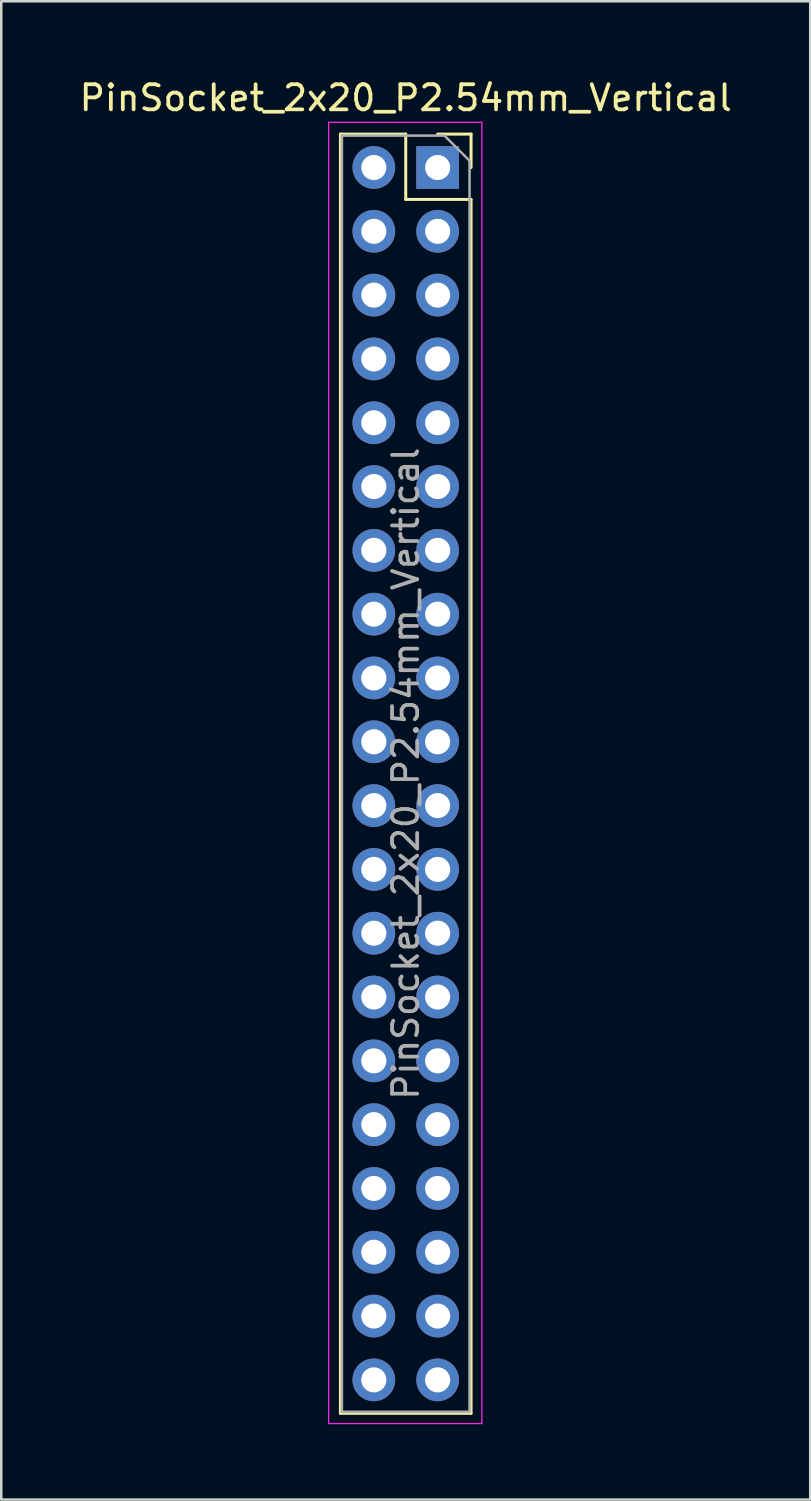
<source format=kicad_pcb>
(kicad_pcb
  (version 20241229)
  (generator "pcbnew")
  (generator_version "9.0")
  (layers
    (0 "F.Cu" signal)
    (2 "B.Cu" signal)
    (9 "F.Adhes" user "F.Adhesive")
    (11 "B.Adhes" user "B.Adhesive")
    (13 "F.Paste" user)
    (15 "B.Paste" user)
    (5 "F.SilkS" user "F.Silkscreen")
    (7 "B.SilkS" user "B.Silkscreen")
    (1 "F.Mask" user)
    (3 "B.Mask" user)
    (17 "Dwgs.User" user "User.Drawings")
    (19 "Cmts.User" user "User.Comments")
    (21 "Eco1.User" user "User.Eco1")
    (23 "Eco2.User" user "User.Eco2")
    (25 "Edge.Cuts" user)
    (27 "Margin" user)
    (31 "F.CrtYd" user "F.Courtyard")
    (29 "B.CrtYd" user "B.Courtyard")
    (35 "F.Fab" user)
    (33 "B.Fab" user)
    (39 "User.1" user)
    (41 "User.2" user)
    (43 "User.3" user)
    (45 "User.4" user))
  (footprint "PinSocket_2x20_P2.54mm_Vertical"
    (layer "F.Cu")
    (at 13.101 27.748)
    (property "Reference" "PinSocket_2x20_P2.54mm_Vertical" (at 0 -26.9 0) (layer "F.SilkS") (effects (font (size 1 1) (thickness 0.15))))
    (attr through_hole)
    (fp_line (start -2.6 -25.46) (end -2.6 25.46) (stroke (width 0.12) (type solid)) (layer "F.SilkS"))
    (fp_line (start -2.6 -25.46) (end 0 -25.46) (stroke (width 0.12) (type solid)) (layer "F.SilkS"))
    (fp_line (start -2.6 25.46) (end 2.6 25.46) (stroke (width 0.12) (type solid)) (layer "F.SilkS"))
    (fp_line (start 0 -25.46) (end 0 -22.86) (stroke (width 0.12) (type solid)) (layer "F.SilkS"))
    (fp_line (start 0 -22.86) (end 2.6 -22.86) (stroke (width 0.12) (type solid)) (layer "F.SilkS"))
    (fp_line (start 1.27 -25.46) (end 2.6 -25.46) (stroke (width 0.12) (type solid)) (layer "F.SilkS"))
    (fp_line (start 2.6 -25.46) (end 2.6 -24.13) (stroke (width 0.12) (type solid)) (layer "F.SilkS"))
    (fp_line (start 2.6 -22.86) (end 2.6 25.46) (stroke (width 0.12) (type solid)) (layer "F.SilkS"))
    (fp_line (start -3.07 -25.93) (end 3.03 -25.93) (stroke (width 0.05) (type solid)) (layer "F.CrtYd"))
    (fp_line (start -3.07 25.87) (end -3.07 -25.93) (stroke (width 0.05) (type solid)) (layer "F.CrtYd"))
    (fp_line (start 3.03 -25.93) (end 3.03 25.87) (stroke (width 0.05) (type solid)) (layer "F.CrtYd"))
    (fp_line (start 3.03 25.87) (end -3.07 25.87) (stroke (width 0.05) (type solid)) (layer "F.CrtYd"))
    (fp_line (start -2.54 -25.4) (end 1.54 -25.4) (stroke (width 0.1) (type solid)) (layer "F.Fab"))
    (fp_line (start -2.54 25.4) (end -2.54 -25.4) (stroke (width 0.1) (type solid)) (layer "F.Fab"))
    (fp_line (start 1.54 -25.4) (end 2.54 -24.4) (stroke (width 0.1) (type solid)) (layer "F.Fab"))
    (fp_line (start 2.54 -24.4) (end 2.54 25.4) (stroke (width 0.1) (type solid)) (layer "F.Fab"))
    (fp_line (start 2.54 25.4) (end -2.54 25.4) (stroke (width 0.1) (type solid)) (layer "F.Fab"))
    (fp_text user "${REFERENCE}" (at 0 0 90) (layer "F.Fab") (effects (font (size 1 1) (thickness 0.15))))
    (pad "1" thru_hole rect (at 1.27 -24.13) (size 1.7 1.7) (drill 1) (layers "*.Cu" "*.Mask"))
    (pad "2" thru_hole oval (at -1.27 -24.13) (size 1.7 1.7) (drill 1) (layers "*.Cu" "*.Mask"))
    (pad "3" thru_hole oval (at 1.27 -21.59) (size 1.7 1.7) (drill 1) (layers "*.Cu" "*.Mask"))
    (pad "4" thru_hole oval (at -1.27 -21.59) (size 1.7 1.7) (drill 1) (layers "*.Cu" "*.Mask"))
    (pad "5" thru_hole oval (at 1.27 -19.05) (size 1.7 1.7) (drill 1) (layers "*.Cu" "*.Mask"))
    (pad "6" thru_hole oval (at -1.27 -19.05) (size 1.7 1.7) (drill 1) (layers "*.Cu" "*.Mask"))
    (pad "7" thru_hole oval (at 1.27 -16.51) (size 1.7 1.7) (drill 1) (layers "*.Cu" "*.Mask"))
    (pad "8" thru_hole oval (at -1.27 -16.51) (size 1.7 1.7) (drill 1) (layers "*.Cu" "*.Mask"))
    (pad "9" thru_hole oval (at 1.27 -13.97) (size 1.7 1.7) (drill 1) (layers "*.Cu" "*.Mask"))
    (pad "10" thru_hole oval (at -1.27 -13.97) (size 1.7 1.7) (drill 1) (layers "*.Cu" "*.Mask"))
    (pad "11" thru_hole oval (at 1.27 -11.43) (size 1.7 1.7) (drill 1) (layers "*.Cu" "*.Mask"))
    (pad "12" thru_hole oval (at -1.27 -11.43) (size 1.7 1.7) (drill 1) (layers "*.Cu" "*.Mask"))
    (pad "13" thru_hole oval (at 1.27 -8.89) (size 1.7 1.7) (drill 1) (layers "*.Cu" "*.Mask"))
    (pad "14" thru_hole oval (at -1.27 -8.89) (size 1.7 1.7) (drill 1) (layers "*.Cu" "*.Mask"))
    (pad "15" thru_hole oval (at 1.27 -6.35) (size 1.7 1.7) (drill 1) (layers "*.Cu" "*.Mask"))
    (pad "16" thru_hole oval (at -1.27 -6.35) (size 1.7 1.7) (drill 1) (layers "*.Cu" "*.Mask"))
    (pad "17" thru_hole oval (at 1.27 -3.81) (size 1.7 1.7) (drill 1) (layers "*.Cu" "*.Mask"))
    (pad "18" thru_hole oval (at -1.27 -3.81) (size 1.7 1.7) (drill 1) (layers "*.Cu" "*.Mask"))
    (pad "19" thru_hole oval (at 1.27 -1.27) (size 1.7 1.7) (drill 1) (layers "*.Cu" "*.Mask"))
    (pad "20" thru_hole oval (at -1.27 -1.27) (size 1.7 1.7) (drill 1) (layers "*.Cu" "*.Mask"))
    (pad "21" thru_hole oval (at 1.27 1.27) (size 1.7 1.7) (drill 1) (layers "*.Cu" "*.Mask"))
    (pad "22" thru_hole oval (at -1.27 1.27) (size 1.7 1.7) (drill 1) (layers "*.Cu" "*.Mask"))
    (pad "23" thru_hole oval (at 1.27 3.81) (size 1.7 1.7) (drill 1) (layers "*.Cu" "*.Mask"))
    (pad "24" thru_hole oval (at -1.27 3.81) (size 1.7 1.7) (drill 1) (layers "*.Cu" "*.Mask"))
    (pad "25" thru_hole oval (at 1.27 6.35) (size 1.7 1.7) (drill 1) (layers "*.Cu" "*.Mask"))
    (pad "26" thru_hole oval (at -1.27 6.35) (size 1.7 1.7) (drill 1) (layers "*.Cu" "*.Mask"))
    (pad "27" thru_hole oval (at 1.27 8.89) (size 1.7 1.7) (drill 1) (layers "*.Cu" "*.Mask"))
    (pad "28" thru_hole oval (at -1.27 8.89) (size 1.7 1.7) (drill 1) (layers "*.Cu" "*.Mask"))
    (pad "29" thru_hole oval (at 1.27 11.43) (size 1.7 1.7) (drill 1) (layers "*.Cu" "*.Mask"))
    (pad "30" thru_hole oval (at -1.27 11.43) (size 1.7 1.7) (drill 1) (layers "*.Cu" "*.Mask"))
    (pad "31" thru_hole oval (at 1.27 13.97) (size 1.7 1.7) (drill 1) (layers "*.Cu" "*.Mask"))
    (pad "32" thru_hole oval (at -1.27 13.97) (size 1.7 1.7) (drill 1) (layers "*.Cu" "*.Mask"))
    (pad "33" thru_hole oval (at 1.27 16.51) (size 1.7 1.7) (drill 1) (layers "*.Cu" "*.Mask"))
    (pad "34" thru_hole oval (at -1.27 16.51) (size 1.7 1.7) (drill 1) (layers "*.Cu" "*.Mask"))
    (pad "35" thru_hole oval (at 1.27 19.05) (size 1.7 1.7) (drill 1) (layers "*.Cu" "*.Mask"))
    (pad "36" thru_hole oval (at -1.27 19.05) (size 1.7 1.7) (drill 1) (layers "*.Cu" "*.Mask"))
    (pad "37" thru_hole oval (at 1.27 21.59) (size 1.7 1.7) (drill 1) (layers "*.Cu" "*.Mask"))
    (pad "38" thru_hole oval (at -1.27 21.59) (size 1.7 1.7) (drill 1) (layers "*.Cu" "*.Mask"))
    (pad "39" thru_hole oval (at 1.27 24.13) (size 1.7 1.7) (drill 1) (layers "*.Cu" "*.Mask"))
    (pad "40" thru_hole oval (at -1.27 24.13) (size 1.7 1.7) (drill 1) (layers "*.Cu" "*.Mask")))
  (gr_rect
    (start -3 -3)
    (end 29.202 56.643)
    (stroke (width 0.1) (type default))
    (fill no)
    (layer "Edge.Cuts")))
</source>
